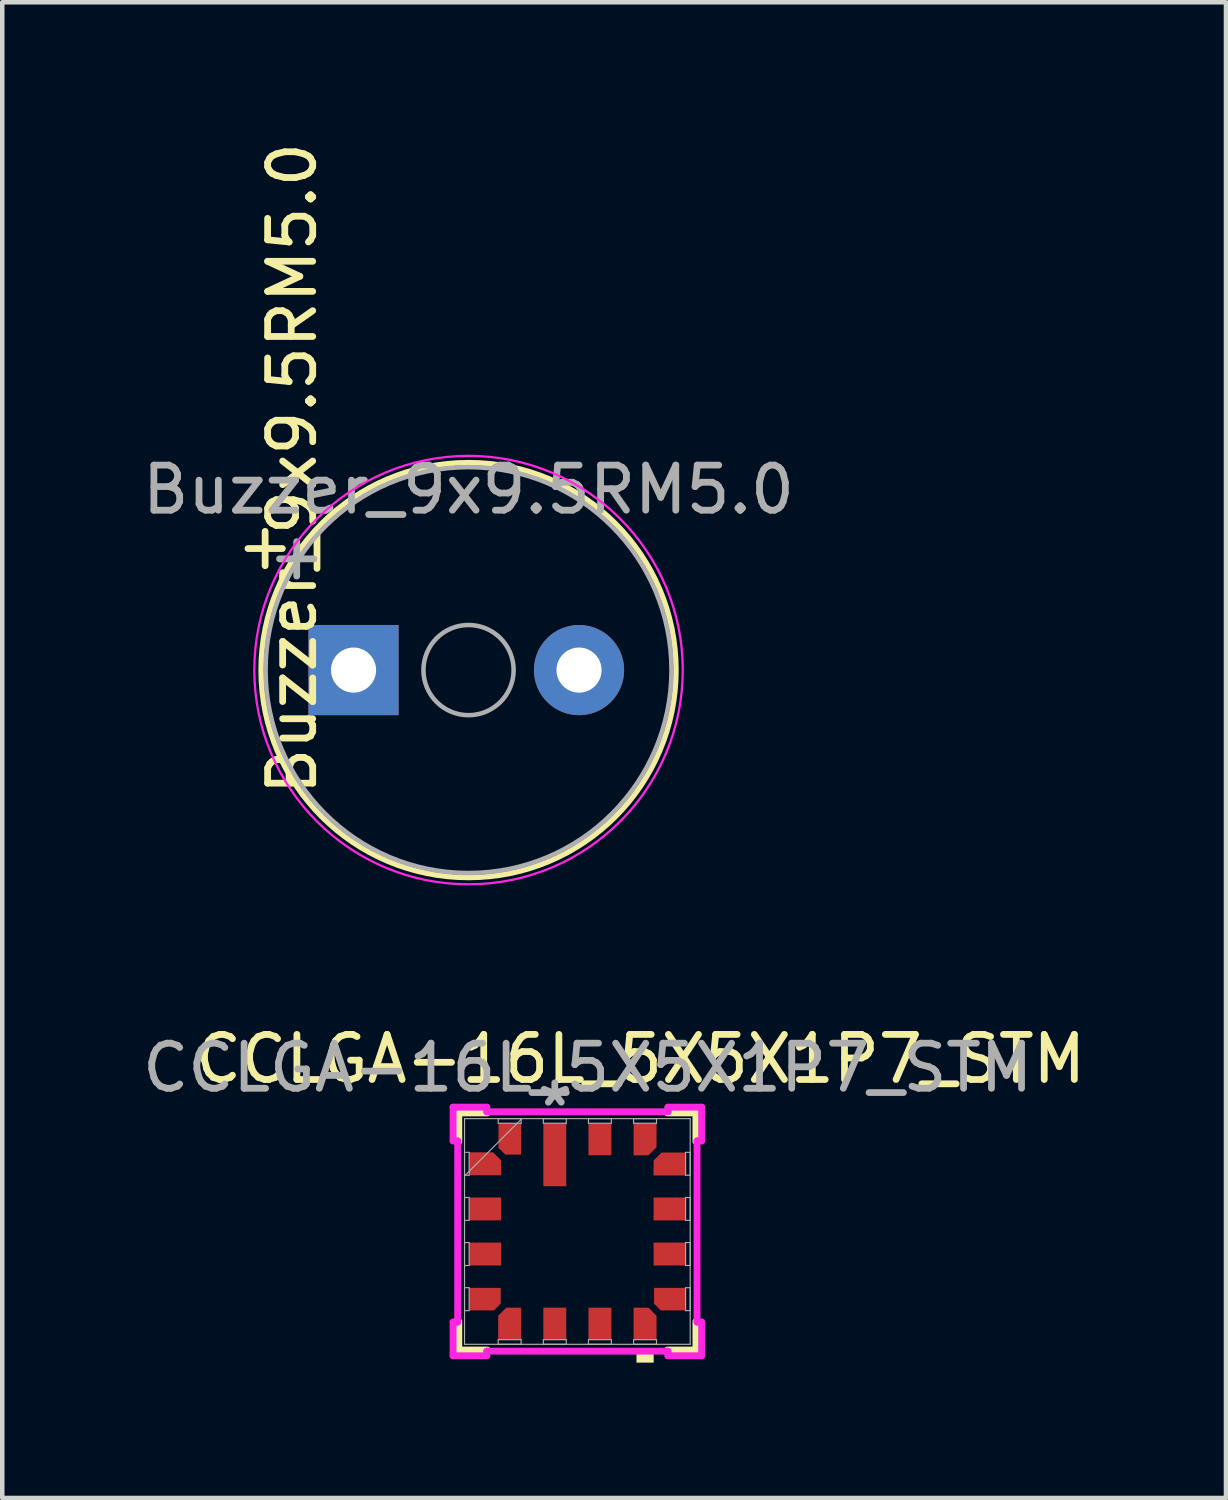
<source format=kicad_pcb>
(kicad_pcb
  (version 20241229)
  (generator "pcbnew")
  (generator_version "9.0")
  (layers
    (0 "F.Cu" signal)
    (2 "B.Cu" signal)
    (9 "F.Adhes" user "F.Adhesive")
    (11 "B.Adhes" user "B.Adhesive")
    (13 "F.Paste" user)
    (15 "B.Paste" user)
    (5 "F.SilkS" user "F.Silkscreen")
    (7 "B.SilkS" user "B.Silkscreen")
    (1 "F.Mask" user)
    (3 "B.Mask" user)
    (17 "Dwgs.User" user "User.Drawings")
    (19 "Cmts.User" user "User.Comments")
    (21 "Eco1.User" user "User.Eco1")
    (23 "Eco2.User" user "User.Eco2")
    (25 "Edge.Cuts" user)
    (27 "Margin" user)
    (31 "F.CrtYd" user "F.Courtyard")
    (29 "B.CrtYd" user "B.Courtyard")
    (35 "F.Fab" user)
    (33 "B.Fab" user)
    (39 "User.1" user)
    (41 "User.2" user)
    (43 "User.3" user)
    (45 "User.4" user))
  (footprint "Buzzer_9x9.5RM5.0"
    (layer "F.Cu")
    (at 3.539 11.808)
    (property "Reference" "Buzzer_9x9.5RM5.0" (at -0.11 -4.469 270) (layer "F.SilkS") (effects (font (size 1 1) (thickness 0.15))))
    (attr through_hole)
    (fp_circle (center 3.8 0) (end 8.4 0) (stroke (width 0.12) (type solid)) (fill no) (layer "F.SilkS"))
    (fp_circle (center 3.8 0) (end 8.55 0) (stroke (width 0.05) (type solid)) (fill no) (layer "F.CrtYd"))
    (fp_circle (center 3.8 0) (end 4.8 0) (stroke (width 0.1) (type solid)) (fill no) (layer "F.Fab"))
    (fp_circle (center 3.8 0) (end 8.3 0) (stroke (width 0.1) (type solid)) (fill no) (layer "F.Fab"))
    (fp_text user "+" (at -0.71 -2.769 180) (layer "F.SilkS") (effects (font (size 1 1) (thickness 0.15))))
    (fp_text user "${REFERENCE}" (at 3.8 -4 180) (layer "F.Fab") (effects (font (size 1 1) (thickness 0.15))))
    (fp_text user "+" (at -0.01 -2.54 180) (layer "F.Fab") (effects (font (size 1 1) (thickness 0.15))))
    (pad "1" thru_hole rect (at 1.25 0) (size 2 2) (drill 1) (layers "*.Cu" "*.Mask"))
    (pad "2" thru_hole circle (at 6.25 0) (size 2 2) (drill 1) (layers "*.Cu" "*.Mask")))
  (footprint "CCLGA-16L_5X5X1P7_STM"
    (layer "F.Cu")
    (at 9.752 24.256)
    (property "Reference" "CCLGA-16L_5X5X1P7_STM" (at 1.4 -3.825 0) (unlocked yes) (layer "F.SilkS") (effects (font (size 1 1) (thickness 0.15))))
    (attr smd exclude_from_pos_files exclude_from_bom dnp)
    (fp_line (start -2.629 -2.629) (end -2.629 -1.997) (stroke (width 0.152) (type solid)) (layer "F.SilkS"))
    (fp_line (start -2.629 1.997) (end -2.629 2.629) (stroke (width 0.152) (type solid)) (layer "F.SilkS"))
    (fp_line (start -2.629 2.629) (end -1.997 2.629) (stroke (width 0.152) (type solid)) (layer "F.SilkS"))
    (fp_line (start -1.997 -2.629) (end -2.629 -2.629) (stroke (width 0.152) (type solid)) (layer "F.SilkS"))
    (fp_line (start 1.997 2.629) (end 2.629 2.629) (stroke (width 0.152) (type solid)) (layer "F.SilkS"))
    (fp_line (start 2.629 -2.629) (end 1.997 -2.629) (stroke (width 0.152) (type solid)) (layer "F.SilkS"))
    (fp_line (start 2.629 -1.997) (end 2.629 -2.629) (stroke (width 0.152) (type solid)) (layer "F.SilkS"))
    (fp_line (start 2.629 2.629) (end 2.629 1.997) (stroke (width 0.152) (type solid)) (layer "F.SilkS"))
    (fp_poly (pts (xy 1.311 2.654) (xy 1.311 2.908) (xy 1.692 2.908) (xy 1.692 2.654)) (stroke (width 0) (type solid)) (fill yes) (layer "F.SilkS"))
    (fp_line (start -2.756 -2.756) (end -2.009 -2.756) (stroke (width 0.152) (type solid)) (layer "F.CrtYd"))
    (fp_line (start -2.756 -2.009) (end -2.756 -2.756) (stroke (width 0.152) (type solid)) (layer "F.CrtYd"))
    (fp_line (start -2.756 2.756) (end -2.756 2.009) (stroke (width 0.152) (type solid)) (layer "F.CrtYd"))
    (fp_line (start -2.654 -2.009) (end -2.756 -2.009) (stroke (width 0.152) (type solid)) (layer "F.CrtYd"))
    (fp_line (start -2.654 2.009) (end -2.756 2.009) (stroke (width 0.152) (type solid)) (layer "F.CrtYd"))
    (fp_line (start -2.654 2.009) (end -2.654 -2.009) (stroke (width 0.152) (type solid)) (layer "F.CrtYd"))
    (fp_line (start -2.009 -2.756) (end -2.009 -2.654) (stroke (width 0.152) (type solid)) (layer "F.CrtYd"))
    (fp_line (start -2.009 -2.654) (end 2.009 -2.654) (stroke (width 0.152) (type solid)) (layer "F.CrtYd"))
    (fp_line (start -2.009 2.654) (end -2.009 2.756) (stroke (width 0.152) (type solid)) (layer "F.CrtYd"))
    (fp_line (start -2.009 2.756) (end -2.756 2.756) (stroke (width 0.152) (type solid)) (layer "F.CrtYd"))
    (fp_line (start 2.009 -2.756) (end 2.756 -2.756) (stroke (width 0.152) (type solid)) (layer "F.CrtYd"))
    (fp_line (start 2.009 -2.654) (end 2.009 -2.756) (stroke (width 0.152) (type solid)) (layer "F.CrtYd"))
    (fp_line (start 2.009 2.654) (end -2.009 2.654) (stroke (width 0.152) (type solid)) (layer "F.CrtYd"))
    (fp_line (start 2.009 2.756) (end 2.009 2.654) (stroke (width 0.152) (type solid)) (layer "F.CrtYd"))
    (fp_line (start 2.654 -2.009) (end 2.654 2.009) (stroke (width 0.152) (type solid)) (layer "F.CrtYd"))
    (fp_line (start 2.654 2.009) (end 2.756 2.009) (stroke (width 0.152) (type solid)) (layer "F.CrtYd"))
    (fp_line (start 2.756 -2.756) (end 2.756 -2.009) (stroke (width 0.152) (type solid)) (layer "F.CrtYd"))
    (fp_line (start 2.756 -2.009) (end 2.654 -2.009) (stroke (width 0.152) (type solid)) (layer "F.CrtYd"))
    (fp_line (start 2.756 2.009) (end 2.756 2.756) (stroke (width 0.152) (type solid)) (layer "F.CrtYd"))
    (fp_line (start 2.756 2.756) (end 2.009 2.756) (stroke (width 0.152) (type solid)) (layer "F.CrtYd"))
    (fp_line (start -2.502 -2.502) (end -2.502 2.502) (stroke (width 0.025) (type solid)) (layer "F.Fab"))
    (fp_line (start -2.502 -1.755) (end -2.4 -1.755) (stroke (width 0.025) (type solid)) (layer "F.Fab"))
    (fp_line (start -2.502 -1.247) (end -2.502 -1.755) (stroke (width 0.025) (type solid)) (layer "F.Fab"))
    (fp_line (start -2.502 -1.232) (end -1.232 -2.502) (stroke (width 0.025) (type solid)) (layer "F.Fab"))
    (fp_line (start -2.502 -0.754) (end -2.4 -0.754) (stroke (width 0.025) (type solid)) (layer "F.Fab"))
    (fp_line (start -2.502 -0.246) (end -2.502 -0.754) (stroke (width 0.025) (type solid)) (layer "F.Fab"))
    (fp_line (start -2.502 0.246) (end -2.4 0.246) (stroke (width 0.025) (type solid)) (layer "F.Fab"))
    (fp_line (start -2.502 0.754) (end -2.502 0.246) (stroke (width 0.025) (type solid)) (layer "F.Fab"))
    (fp_line (start -2.502 1.247) (end -2.4 1.247) (stroke (width 0.025) (type solid)) (layer "F.Fab"))
    (fp_line (start -2.502 1.755) (end -2.502 1.247) (stroke (width 0.025) (type solid)) (layer "F.Fab"))
    (fp_line (start -2.502 2.502) (end 2.502 2.502) (stroke (width 0.025) (type solid)) (layer "F.Fab"))
    (fp_line (start -2.4 -1.755) (end -2.4 -1.247) (stroke (width 0.025) (type solid)) (layer "F.Fab"))
    (fp_line (start -2.4 -1.247) (end -2.502 -1.247) (stroke (width 0.025) (type solid)) (layer "F.Fab"))
    (fp_line (start -2.4 -0.754) (end -2.4 -0.246) (stroke (width 0.025) (type solid)) (layer "F.Fab"))
    (fp_line (start -2.4 -0.246) (end -2.502 -0.246) (stroke (width 0.025) (type solid)) (layer "F.Fab"))
    (fp_line (start -2.4 0.246) (end -2.4 0.754) (stroke (width 0.025) (type solid)) (layer "F.Fab"))
    (fp_line (start -2.4 0.754) (end -2.502 0.754) (stroke (width 0.025) (type solid)) (layer "F.Fab"))
    (fp_line (start -2.4 1.247) (end -2.4 1.755) (stroke (width 0.025) (type solid)) (layer "F.Fab"))
    (fp_line (start -2.4 1.755) (end -2.502 1.755) (stroke (width 0.025) (type solid)) (layer "F.Fab"))
    (fp_line (start -1.755 -2.502) (end -1.247 -2.502) (stroke (width 0.025) (type solid)) (layer "F.Fab"))
    (fp_line (start -1.755 -2.4) (end -1.755 -2.502) (stroke (width 0.025) (type solid)) (layer "F.Fab"))
    (fp_line (start -1.755 2.4) (end -1.247 2.4) (stroke (width 0.025) (type solid)) (layer "F.Fab"))
    (fp_line (start -1.755 2.502) (end -1.755 2.4) (stroke (width 0.025) (type solid)) (layer "F.Fab"))
    (fp_line (start -1.247 -2.502) (end -1.247 -2.4) (stroke (width 0.025) (type solid)) (layer "F.Fab"))
    (fp_line (start -1.247 -2.4) (end -1.755 -2.4) (stroke (width 0.025) (type solid)) (layer "F.Fab"))
    (fp_line (start -1.247 2.4) (end -1.247 2.502) (stroke (width 0.025) (type solid)) (layer "F.Fab"))
    (fp_line (start -1.247 2.502) (end -1.755 2.502) (stroke (width 0.025) (type solid)) (layer "F.Fab"))
    (fp_line (start -0.754 -2.502) (end -0.246 -2.502) (stroke (width 0.025) (type solid)) (layer "F.Fab"))
    (fp_line (start -0.754 -2.4) (end -0.754 -2.502) (stroke (width 0.025) (type solid)) (layer "F.Fab"))
    (fp_line (start -0.754 2.4) (end -0.246 2.4) (stroke (width 0.025) (type solid)) (layer "F.Fab"))
    (fp_line (start -0.754 2.502) (end -0.754 2.4) (stroke (width 0.025) (type solid)) (layer "F.Fab"))
    (fp_line (start -0.246 -2.502) (end -0.246 -2.4) (stroke (width 0.025) (type solid)) (layer "F.Fab"))
    (fp_line (start -0.246 -2.4) (end -0.754 -2.4) (stroke (width 0.025) (type solid)) (layer "F.Fab"))
    (fp_line (start -0.246 2.4) (end -0.246 2.502) (stroke (width 0.025) (type solid)) (layer "F.Fab"))
    (fp_line (start -0.246 2.502) (end -0.754 2.502) (stroke (width 0.025) (type solid)) (layer "F.Fab"))
    (fp_line (start 0.246 -2.502) (end 0.754 -2.502) (stroke (width 0.025) (type solid)) (layer "F.Fab"))
    (fp_line (start 0.246 -2.4) (end 0.246 -2.502) (stroke (width 0.025) (type solid)) (layer "F.Fab"))
    (fp_line (start 0.246 2.4) (end 0.754 2.4) (stroke (width 0.025) (type solid)) (layer "F.Fab"))
    (fp_line (start 0.246 2.502) (end 0.246 2.4) (stroke (width 0.025) (type solid)) (layer "F.Fab"))
    (fp_line (start 0.754 -2.502) (end 0.754 -2.4) (stroke (width 0.025) (type solid)) (layer "F.Fab"))
    (fp_line (start 0.754 -2.4) (end 0.246 -2.4) (stroke (width 0.025) (type solid)) (layer "F.Fab"))
    (fp_line (start 0.754 2.4) (end 0.754 2.502) (stroke (width 0.025) (type solid)) (layer "F.Fab"))
    (fp_line (start 0.754 2.502) (end 0.246 2.502) (stroke (width 0.025) (type solid)) (layer "F.Fab"))
    (fp_line (start 1.247 -2.502) (end 1.755 -2.502) (stroke (width 0.025) (type solid)) (layer "F.Fab"))
    (fp_line (start 1.247 -2.4) (end 1.247 -2.502) (stroke (width 0.025) (type solid)) (layer "F.Fab"))
    (fp_line (start 1.247 2.4) (end 1.755 2.4) (stroke (width 0.025) (type solid)) (layer "F.Fab"))
    (fp_line (start 1.247 2.502) (end 1.247 2.4) (stroke (width 0.025) (type solid)) (layer "F.Fab"))
    (fp_line (start 1.755 -2.502) (end 1.755 -2.4) (stroke (width 0.025) (type solid)) (layer "F.Fab"))
    (fp_line (start 1.755 -2.4) (end 1.247 -2.4) (stroke (width 0.025) (type solid)) (layer "F.Fab"))
    (fp_line (start 1.755 2.4) (end 1.755 2.502) (stroke (width 0.025) (type solid)) (layer "F.Fab"))
    (fp_line (start 1.755 2.502) (end 1.247 2.502) (stroke (width 0.025) (type solid)) (layer "F.Fab"))
    (fp_line (start 2.4 -1.755) (end 2.502 -1.755) (stroke (width 0.025) (type solid)) (layer "F.Fab"))
    (fp_line (start 2.4 -1.247) (end 2.4 -1.755) (stroke (width 0.025) (type solid)) (layer "F.Fab"))
    (fp_line (start 2.4 -0.754) (end 2.502 -0.754) (stroke (width 0.025) (type solid)) (layer "F.Fab"))
    (fp_line (start 2.4 -0.246) (end 2.4 -0.754) (stroke (width 0.025) (type solid)) (layer "F.Fab"))
    (fp_line (start 2.4 0.246) (end 2.502 0.246) (stroke (width 0.025) (type solid)) (layer "F.Fab"))
    (fp_line (start 2.4 0.754) (end 2.4 0.246) (stroke (width 0.025) (type solid)) (layer "F.Fab"))
    (fp_line (start 2.4 1.247) (end 2.502 1.247) (stroke (width 0.025) (type solid)) (layer "F.Fab"))
    (fp_line (start 2.4 1.755) (end 2.4 1.247) (stroke (width 0.025) (type solid)) (layer "F.Fab"))
    (fp_line (start 2.502 -2.502) (end -2.502 -2.502) (stroke (width 0.025) (type solid)) (layer "F.Fab"))
    (fp_line (start 2.502 -1.755) (end 2.502 -1.247) (stroke (width 0.025) (type solid)) (layer "F.Fab"))
    (fp_line (start 2.502 -1.247) (end 2.4 -1.247) (stroke (width 0.025) (type solid)) (layer "F.Fab"))
    (fp_line (start 2.502 -0.754) (end 2.502 -0.246) (stroke (width 0.025) (type solid)) (layer "F.Fab"))
    (fp_line (start 2.502 -0.246) (end 2.4 -0.246) (stroke (width 0.025) (type solid)) (layer "F.Fab"))
    (fp_line (start 2.502 0.246) (end 2.502 0.754) (stroke (width 0.025) (type solid)) (layer "F.Fab"))
    (fp_line (start 2.502 0.754) (end 2.4 0.754) (stroke (width 0.025) (type solid)) (layer "F.Fab"))
    (fp_line (start 2.502 1.247) (end 2.502 1.755) (stroke (width 0.025) (type solid)) (layer "F.Fab"))
    (fp_line (start 2.502 1.755) (end 2.4 1.755) (stroke (width 0.025) (type solid)) (layer "F.Fab"))
    (fp_line (start 2.502 2.502) (end 2.502 -2.502) (stroke (width 0.025) (type solid)) (layer "F.Fab"))
    (fp_text user "${REFERENCE}" (at 0.23 -3.63 0) (unlocked yes) (layer "F.Fab") (effects (font (size 1 1) (thickness 0.15))))
    (fp_text user "*" (at -0.5 -2.75 0) (layer "F.Fab") (effects (font (size 1 1) (thickness 0.15))))
    (pad "1" smd rect (at -0.5 -1.702) (size 0.508 1.397) (layers "F.Cu" "F.Mask" "F.Paste"))
    (pad "2" smd custom (at -1.5 -2.05) (size 0.051 0.051) (layers "F.Cu" "F.Mask" "F.Paste") (options (anchor circle)) (primitives (gr_poly (pts (xy -0.249 -0.355) (xy -0.249 0.195) (xy -0.099 0.345) (xy 0.251 0.345) (xy 0.251 -0.355)) (width 0) (fill yes))))
    (pad "3" smd custom (at -2.045 -1.501 90) (size 0.051 0.051) (layers "F.Cu" "F.Mask" "F.Paste") (options (anchor circle)) (primitives (gr_poly (pts (xy 0.254 -0.356) (xy -0.254 -0.356) (xy -0.254 0.356) (xy 0.076 0.356) (xy 0.254 0.178)) (width 0) (fill yes))))
    (pad "4" smd rect (at -2.045 -0.5 90) (size 0.508 0.711) (layers "F.Cu" "F.Mask" "F.Paste"))
    (pad "5" smd rect (at -2.045 0.5 90) (size 0.508 0.711) (layers "F.Cu" "F.Mask" "F.Paste"))
    (pad "6" smd custom (at -2.045 1.501 90) (size 0.051 0.051) (layers "F.Cu" "F.Mask" "F.Paste") (options (anchor circle)) (primitives (gr_poly (pts (xy 0.251 -0.355) (xy 0.251 0.345) (xy -0.099 0.345) (xy -0.249 0.195) (xy -0.249 -0.355)) (width 0) (fill yes))))
    (pad "7" smd custom (at -1.501 2.045) (size 0.051 0.051) (layers "F.Cu" "F.Mask" "F.Paste") (options (anchor circle)) (primitives (gr_poly (pts (xy -0.076 -0.356) (xy -0.254 -0.178) (xy -0.254 0.356) (xy 0.254 0.356) (xy 0.254 -0.356)) (width 0) (fill yes)) (gr_poly (pts (xy -0.254 0.356) (xy -0.254 -0.178) (xy -0.076 -0.356) (xy 0.254 -0.356) (xy 0.254 0.356)) (width 0) (fill yes))))
    (pad "8" smd rect (at -0.5 2.045) (size 0.508 0.711) (layers "F.Cu" "F.Mask" "F.Paste"))
    (pad "9" smd rect (at 0.5 2.045) (size 0.508 0.711) (layers "F.Cu" "F.Mask" "F.Paste"))
    (pad "10" smd custom (at 1.501 2.045) (size 0.051 0.051) (layers "F.Cu" "F.Mask" "F.Paste") (options (anchor circle)) (primitives (gr_poly (pts (xy -0.254 -0.356) (xy -0.254 0.356) (xy 0.254 0.356) (xy 0.254 -0.178) (xy 0.076 -0.356)) (width 0) (fill yes)) (gr_poly (pts (xy 0.254 0.356) (xy 0.254 -0.178) (xy 0.076 -0.356) (xy -0.254 -0.356) (xy -0.254 0.356)) (width 0) (fill yes))))
    (pad "11" smd custom (at 2.045 1.501 90) (size 0.051 0.051) (layers "F.Cu" "F.Mask" "F.Paste") (options (anchor circle)) (primitives (gr_poly (pts (xy 0.251 -0.345) (xy 0.251 0.355) (xy -0.249 0.355) (xy -0.249 -0.195) (xy -0.099 -0.345)) (width 0) (fill yes))))
    (pad "12" smd rect (at 2.045 0.5 90) (size 0.508 0.711) (layers "F.Cu" "F.Mask" "F.Paste"))
    (pad "13" smd rect (at 2.045 -0.5 90) (size 0.508 0.711) (layers "F.Cu" "F.Mask" "F.Paste"))
    (pad "14" smd custom (at 2.045 -1.501 90) (size 0.051 0.051) (layers "F.Cu" "F.Mask" "F.Paste") (options (anchor circle)) (primitives (gr_poly (pts (xy 0.071 -0.356) (xy 0.249 -0.178) (xy 0.249 0.356) (xy -0.259 0.356) (xy -0.259 -0.356)) (width 0) (fill yes)) (gr_poly (pts (xy 0.249 0.356) (xy -0.259 0.356) (xy -0.259 -0.356) (xy 0.071 -0.356) (xy 0.249 -0.178)) (width 0) (fill yes))))
    (pad "15" smd custom (at 1.501 -2.045) (size 0.051 0.051) (layers "F.Cu" "F.Mask" "F.Paste") (options (anchor circle)) (primitives (gr_poly (pts (xy -0.254 -0.356) (xy -0.254 0.356) (xy 0.076 0.356) (xy 0.254 0.178) (xy 0.254 -0.356)) (width 0) (fill yes)) (gr_poly (pts (xy 0.254 -0.356) (xy 0.254 0.178) (xy 0.076 0.356) (xy -0.254 0.356) (xy -0.254 -0.356)) (width 0) (fill yes))))
    (pad "16" smd rect (at 0.5 -2.045) (size 0.508 0.711) (layers "F.Cu" "F.Mask" "F.Paste"))
    (zone (net_name "") (layers "F.Cu" "B.Cu" "F.SilkS") (hatch edge 0.5) (connect_pads) (min_thickness 0.25) (filled_areas_thickness no) (keepout (tracks not_allowed) (vias not_allowed) (pads not_allowed) (copperpour allowed) (footprints allowed)) (placement (enabled no)) (fill) (polygon (pts (xy 8.102 22.606) (xy 8.102 25.906) (xy 11.402 25.906) (xy 11.402 22.606) (xy 9.552 22.606) (xy 9.552 23.306) (xy 8.952 23.306) (xy 8.952 22.606)))))
  (gr_rect
    (start -3 -3)
    (end 24.134 30.165)
    (stroke (width 0.1) (type default))
    (fill no)
    (layer "Edge.Cuts")))
</source>
